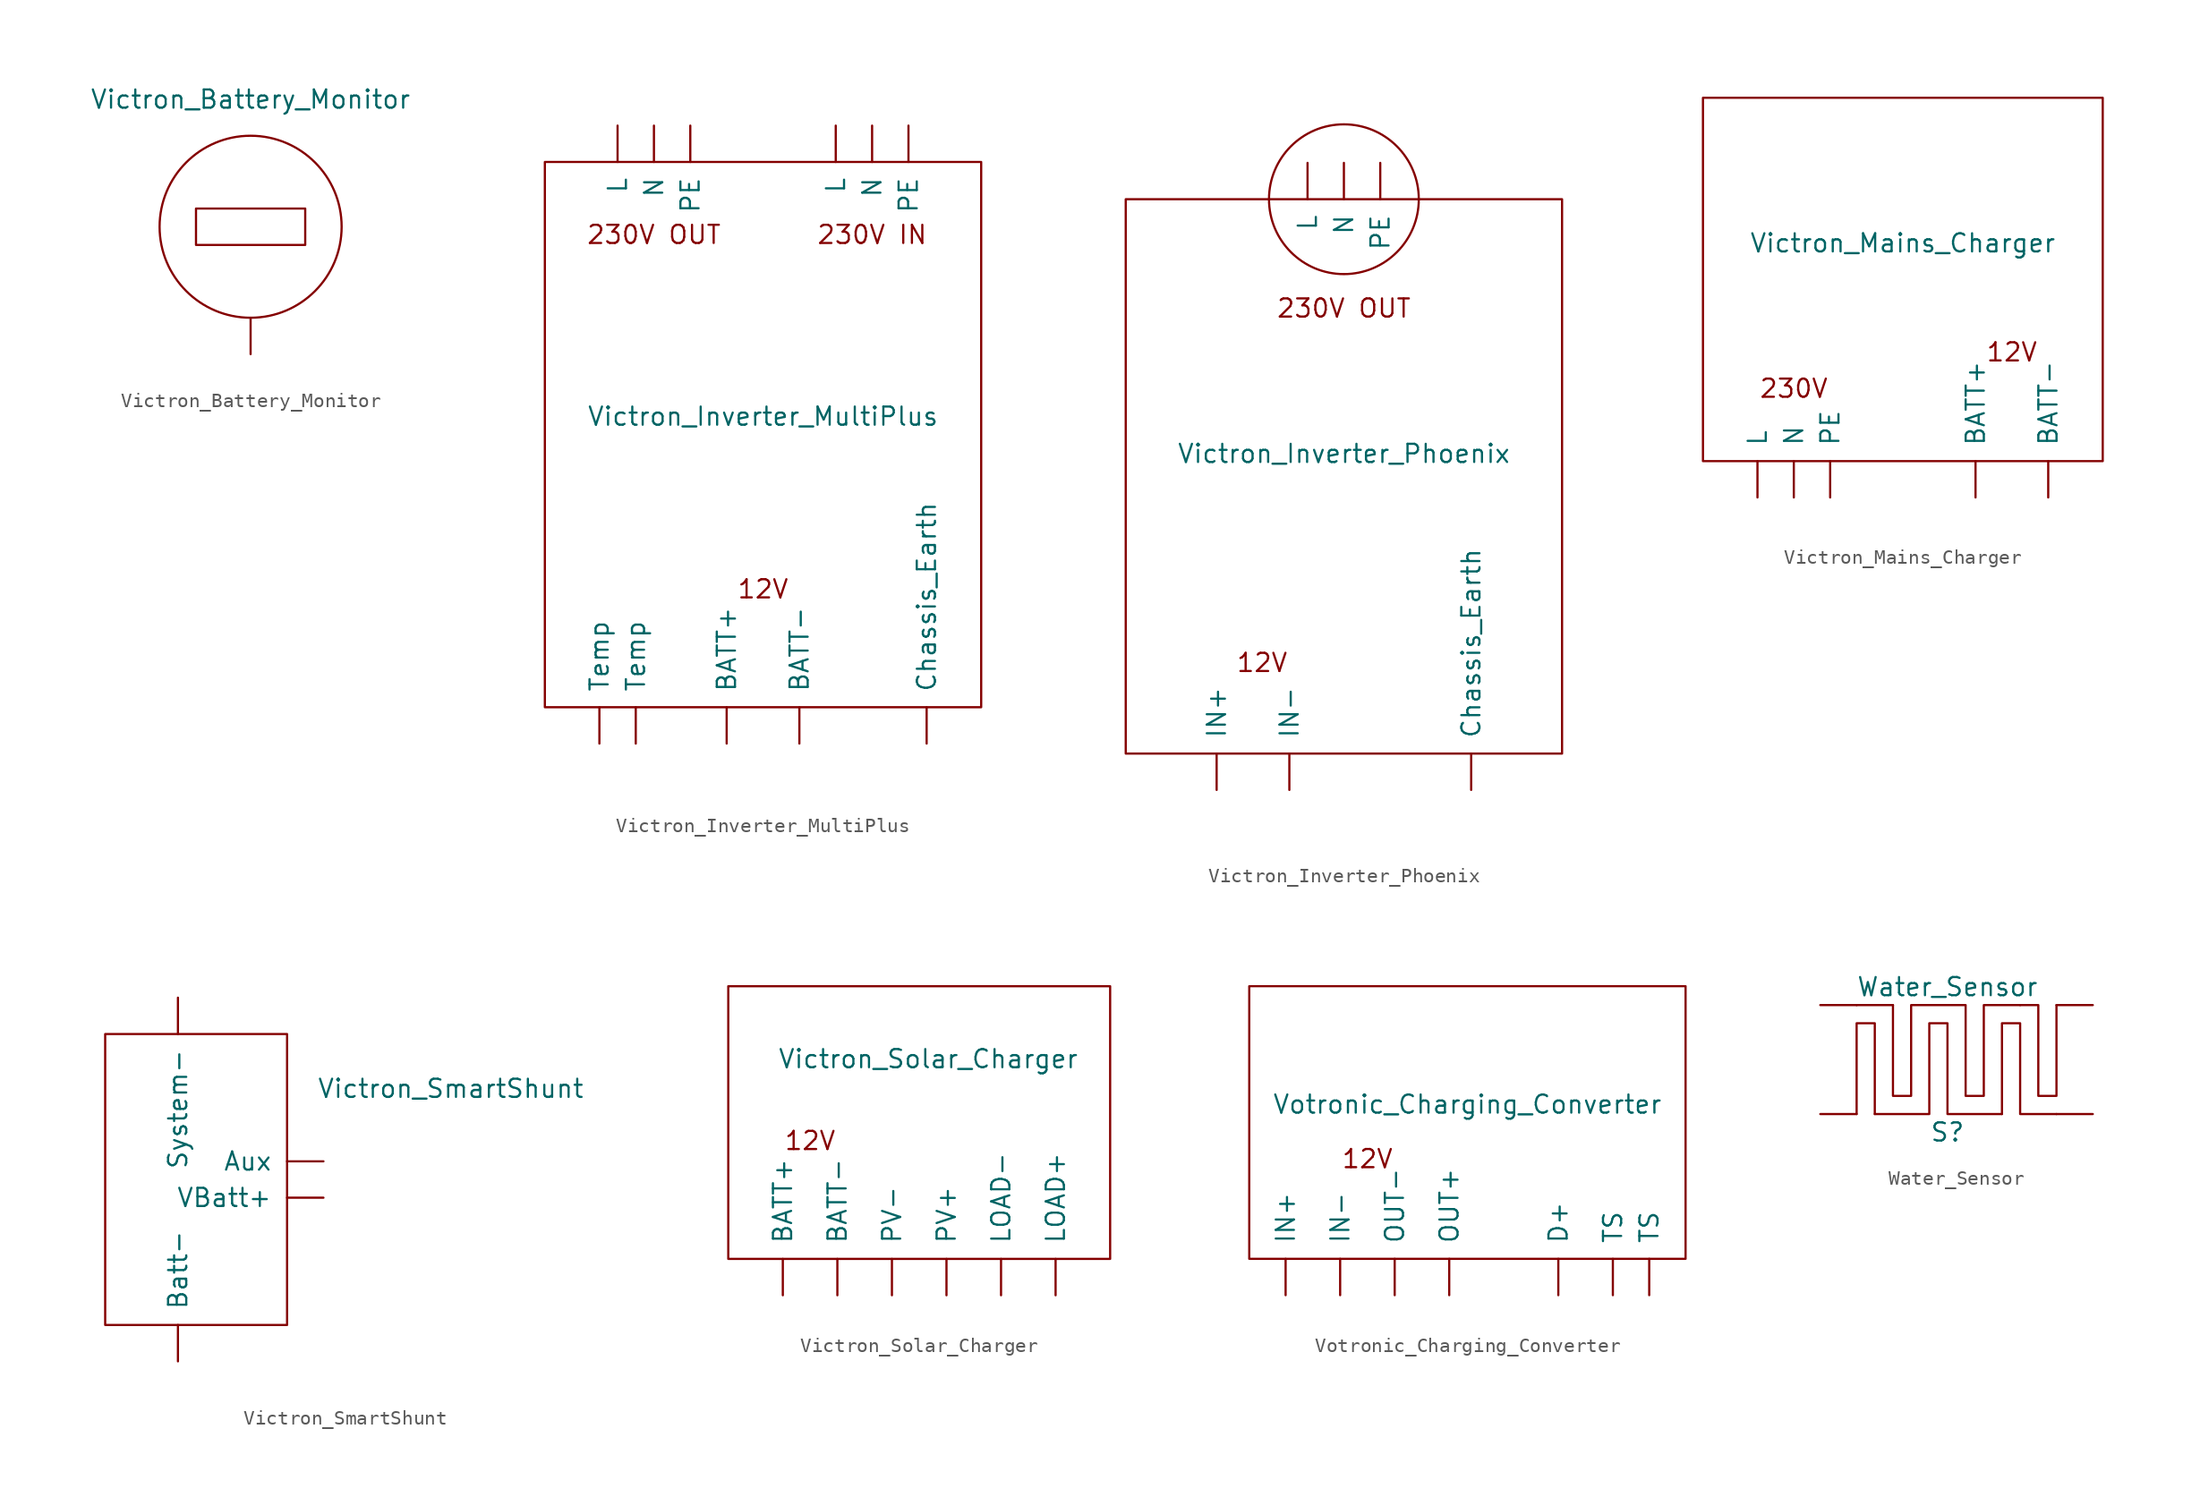
<source format=kicad_sym>
(kicad_symbol_lib
  (version 20211014)
  (generator kicad_symbol_editor)
  (symbol "Victron_Battery_Monitor"
    (pin_names
      (offset 1.016))
    (property "Reference" "U"
      (at 0 11.43 0)
      (effects (font (size 1.27 1.27)) hide))
    (property "Value" "Victron_Battery_Monitor"
      (at 0 8.89 0)
      (effects (font (size 1.27 1.27))))
    (symbol "Victron_Battery_Monitor_0_0"
      (rectangle (start -3.81 1.27) (end 3.81 -1.27) (stroke (width 0) (type default) (color 0 0 0 0)) (fill (type none)))
      (circle (center 0 0) (radius 6.35) (stroke (width 0) (type default) (color 0 0 0 0)) (fill (type none))))
    (symbol "Victron_Battery_Monitor_1_1"
      (pin input line (at 0 -8.89 90) (length 2.54) (name "~" (effects (font (size 1.27 1.27)))) (number "~" (effects (font (size 1.27 1.27)))))))
  (symbol "Victron_Inverter_MultiPlus"
    (pin_names
      (offset 1.016))
    (property "Reference" "U"
      (at 0 8.255 0)
      (effects (font (size 1.27 1.27)) hide))
    (property "Value" "Victron_Inverter_MultiPlus"
      (at 0 1.27 0)
      (effects (font (size 1.27 1.27))))
    (symbol "Victron_Inverter_MultiPlus_0_0"
      (text "12V" (at 0 -10.795 0) (effects (font (size 1.27 1.27))))
      (text "230V IN" (at 7.62 13.97 0) (effects (font (size 1.27 1.27))))
      (text "230V OUT" (at -7.62 13.97 0) (effects (font (size 1.27 1.27)))))
    (symbol "Victron_Inverter_MultiPlus_0_1"
      (rectangle (start -15.24 19.05) (end 15.24 -19.05) (stroke (width 0) (type default) (color 0 0 0 0)) (fill (type none))))
    (symbol "Victron_Inverter_MultiPlus_1_1"
      (pin input line (at -2.54 -21.59 90) (length 2.54) (name "BATT+" (effects (font (size 1.27 1.27)))) (number "~" (effects (font (size 1.27 1.27)))))
      (pin input line (at 2.54 -21.59 90) (length 2.54) (name "BATT-" (effects (font (size 1.27 1.27)))) (number "~" (effects (font (size 1.27 1.27)))))
      (pin output line (at 11.43 -21.59 90) (length 2.54) (name "Chassis_Earth" (effects (font (size 1.27 1.27)))) (number "~" (effects (font (size 1.27 1.27)))))
      (pin output line (at -10.16 21.59 270) (length 2.54) (name "L" (effects (font (size 1.27 1.27)))) (number "~" (effects (font (size 1.27 1.27)))))
      (pin input line (at 5.08 21.59 270) (length 2.54) (name "L" (effects (font (size 1.27 1.27)))) (number "~" (effects (font (size 1.27 1.27)))))
      (pin output line (at -7.62 21.59 270) (length 2.54) (name "N" (effects (font (size 1.27 1.27)))) (number "~" (effects (font (size 1.27 1.27)))))
      (pin input line (at 7.62 21.59 270) (length 2.54) (name "N" (effects (font (size 1.27 1.27)))) (number "~" (effects (font (size 1.27 1.27)))))
      (pin output line (at -5.08 21.59 270) (length 2.54) (name "PE" (effects (font (size 1.27 1.27)))) (number "~" (effects (font (size 1.27 1.27)))))
      (pin input line (at 10.16 21.59 270) (length 2.54) (name "PE" (effects (font (size 1.27 1.27)))) (number "~" (effects (font (size 1.27 1.27)))))
      (pin input line (at -11.43 -21.59 90) (length 2.54) (name "Temp" (effects (font (size 1.27 1.27)))) (number "~" (effects (font (size 1.27 1.27)))))
      (pin input line (at -8.89 -21.59 90) (length 2.54) (name "Temp" (effects (font (size 1.27 1.27)))) (number "~" (effects (font (size 1.27 1.27)))))))
  (symbol "Victron_Inverter_Phoenix"
    (pin_names
      (offset 1.016))
    (property "Reference" "U"
      (at 0 8.255 0)
      (effects (font (size 1.27 1.27)) hide))
    (property "Value" "Victron_Inverter_Phoenix"
      (at 0 1.27 0)
      (effects (font (size 1.27 1.27))))
    (symbol "Victron_Inverter_Phoenix_0_0"
      (text "12V" (at -5.715 -13.335 0) (effects (font (size 1.27 1.27))))
      (text "230V OUT" (at 0 11.43 0) (effects (font (size 1.27 1.27)))))
    (symbol "Victron_Inverter_Phoenix_0_1"
      (rectangle (start -15.24 19.05) (end 15.24 -19.685) (stroke (width 0) (type default) (color 0 0 0 0)) (fill (type none)))
      (circle (center 0 19.05) (radius 5.232) (stroke (width 0) (type default) (color 0 0 0 0)) (fill (type none))))
    (symbol "Victron_Inverter_Phoenix_1_1"
      (pin output line (at 8.89 -22.225 90) (length 2.54) (name "Chassis_Earth" (effects (font (size 1.27 1.27)))) (number "~" (effects (font (size 1.27 1.27)))))
      (pin input line (at -8.89 -22.225 90) (length 2.54) (name "IN+" (effects (font (size 1.27 1.27)))) (number "~" (effects (font (size 1.27 1.27)))))
      (pin input line (at -3.81 -22.225 90) (length 2.54) (name "IN-" (effects (font (size 1.27 1.27)))) (number "~" (effects (font (size 1.27 1.27)))))
      (pin output line (at -2.54 21.59 270) (length 2.54) (name "L" (effects (font (size 1.27 1.27)))) (number "~" (effects (font (size 1.27 1.27)))))
      (pin output line (at 0 21.59 270) (length 2.54) (name "N" (effects (font (size 1.27 1.27)))) (number "~" (effects (font (size 1.27 1.27)))))
      (pin output line (at 2.54 21.59 270) (length 2.54) (name "PE" (effects (font (size 1.27 1.27)))) (number "~" (effects (font (size 1.27 1.27)))))))
  (symbol "Victron_Mains_Charger"
    (pin_names
      (offset 1.016))
    (property "Reference" "U"
      (at 0 7.62 0)
      (effects (font (size 1.27 1.27)) hide))
    (property "Value" "Victron_Mains_Charger"
      (at 0 2.54 0)
      (effects (font (size 1.27 1.27))))
    (symbol "Victron_Mains_Charger_0_0"
      (text "12V" (at 7.62 -5.08 0) (effects (font (size 1.27 1.27))))
      (text "230V" (at -7.62 -7.62 0) (effects (font (size 1.27 1.27)))))
    (symbol "Victron_Mains_Charger_0_1"
      (rectangle (start -13.97 12.7) (end 13.97 -12.7) (stroke (width 0) (type default) (color 0 0 0 0)) (fill (type none))))
    (symbol "Victron_Mains_Charger_1_1"
      (pin output line (at 5.08 -15.24 90) (length 2.54) (name "BATT+" (effects (font (size 1.27 1.27)))) (number "~" (effects (font (size 1.27 1.27)))))
      (pin output line (at 10.16 -15.24 90) (length 2.54) (name "BATT-" (effects (font (size 1.27 1.27)))) (number "~" (effects (font (size 1.27 1.27)))))
      (pin input line (at -10.16 -15.24 90) (length 2.54) (name "L" (effects (font (size 1.27 1.27)))) (number "~" (effects (font (size 1.27 1.27)))))
      (pin input line (at -7.62 -15.24 90) (length 2.54) (name "N" (effects (font (size 1.27 1.27)))) (number "~" (effects (font (size 1.27 1.27)))))
      (pin input line (at -5.08 -15.24 90) (length 2.54) (name "PE" (effects (font (size 1.27 1.27)))) (number "~" (effects (font (size 1.27 1.27)))))))
  (symbol "Victron_SmartShunt"
    (pin_names
      (offset 1.016))
    (property "Reference" "U"
      (at 0 0 0)
      (effects (font (size 1.27 1.27)) hide))
    (property "Value" "Victron_SmartShunt"
      (at 21.59 6.35 0)
      (effects (font (size 1.27 1.27))))
    (symbol "Victron_SmartShunt_0_1"
      (rectangle (start -2.54 10.16) (end 10.16 -10.16) (stroke (width 0) (type default) (color 0 0 0 0)) (fill (type none))))
    (symbol "Victron_SmartShunt_1_1"
      (pin input line (at 12.7 1.27 180) (length 2.54) (name "Aux" (effects (font (size 1.27 1.27)))) (number "~" (effects (font (size 1.27 1.27)))))
      (pin input line (at 2.54 -12.7 90) (length 2.54) (name "Batt-" (effects (font (size 1.27 1.27)))) (number "~" (effects (font (size 1.27 1.27)))))
      (pin input line (at 2.54 12.7 270) (length 2.54) (name "System-" (effects (font (size 1.27 1.27)))) (number "~" (effects (font (size 1.27 1.27)))))
      (pin input line (at 12.7 -1.27 180) (length 2.54) (name "VBatt+" (effects (font (size 1.27 1.27)))) (number "~" (effects (font (size 1.27 1.27)))))))
  (symbol "Victron_Solar_Charger"
    (pin_names
      (offset 1.016))
    (property "Reference" "U"
      (at 0 7.62 0)
      (effects (font (size 1.27 1.27)) hide))
    (property "Value" "Victron_Solar_Charger"
      (at 0 5.08 0)
      (effects (font (size 1.27 1.27))))
    (symbol "Victron_Solar_Charger_0_0"
      (text "12V" (at -8.255 -0.635 0) (effects (font (size 1.27 1.27)))))
    (symbol "Victron_Solar_Charger_0_1"
      (rectangle (start -13.97 10.16) (end 12.7 -8.89) (stroke (width 0) (type default) (color 0 0 0 0)) (fill (type none))))
    (symbol "Victron_Solar_Charger_1_1"
      (pin output line (at -10.16 -11.43 90) (length 2.54) (name "BATT+" (effects (font (size 1.27 1.27)))) (number "~" (effects (font (size 1.27 1.27)))))
      (pin output line (at -6.35 -11.43 90) (length 2.54) (name "BATT-" (effects (font (size 1.27 1.27)))) (number "~" (effects (font (size 1.27 1.27)))))
      (pin output line (at 8.89 -11.43 90) (length 2.54) (name "LOAD+" (effects (font (size 1.27 1.27)))) (number "~" (effects (font (size 1.27 1.27)))))
      (pin output line (at 5.08 -11.43 90) (length 2.54) (name "LOAD-" (effects (font (size 1.27 1.27)))) (number "~" (effects (font (size 1.27 1.27)))))
      (pin input line (at 1.27 -11.43 90) (length 2.54) (name "PV+" (effects (font (size 1.27 1.27)))) (number "~" (effects (font (size 1.27 1.27)))))
      (pin input line (at -2.54 -11.43 90) (length 2.54) (name "PV-" (effects (font (size 1.27 1.27)))) (number "~" (effects (font (size 1.27 1.27)))))))
  (symbol "Votronic_Charging_Converter"
    (pin_names
      (offset 1.016))
    (property "Reference" "U"
      (at 0 4.445 0)
      (effects (font (size 1.27 1.27)) hide))
    (property "Value" "Votronic_Charging_Converter"
      (at 0 1.905 0)
      (effects (font (size 1.27 1.27))))
    (symbol "Votronic_Charging_Converter_0_0"
      (text "12V" (at -6.985 -1.905 0) (effects (font (size 1.27 1.27)))))
    (symbol "Votronic_Charging_Converter_0_1"
      (rectangle (start -15.24 10.16) (end 15.24 -8.89) (stroke (width 0) (type default) (color 0 0 0 0)) (fill (type none))))
    (symbol "Votronic_Charging_Converter_1_1"
      (pin input line (at 6.35 -11.43 90) (length 2.54) (name "D+" (effects (font (size 1.27 1.27)))) (number "~" (effects (font (size 1.27 1.27)))))
      (pin input line (at -12.7 -11.43 90) (length 2.54) (name "IN+" (effects (font (size 1.27 1.27)))) (number "~" (effects (font (size 1.27 1.27)))))
      (pin input line (at -8.89 -11.43 90) (length 2.54) (name "IN-" (effects (font (size 1.27 1.27)))) (number "~" (effects (font (size 1.27 1.27)))))
      (pin output line (at -1.27 -11.43 90) (length 2.54) (name "OUT+" (effects (font (size 1.27 1.27)))) (number "~" (effects (font (size 1.27 1.27)))))
      (pin output line (at -5.08 -11.43 90) (length 2.54) (name "OUT-" (effects (font (size 1.27 1.27)))) (number "~" (effects (font (size 1.27 1.27)))))
      (pin input line (at 10.16 -11.43 90) (length 2.54) (name "TS" (effects (font (size 1.27 1.27)))) (number "~" (effects (font (size 1.27 1.27)))))
      (pin input line (at 12.7 -11.43 90) (length 2.54) (name "TS" (effects (font (size 1.27 1.27)))) (number "~" (effects (font (size 1.27 1.27)))))))
  (symbol "Water_Sensor"
    (pin_numbers hide)
    (pin_names
      (offset 0) hide)
    (property "Reference" "S"
      (at 0 -5.08 0)
      (effects (font (size 1.27 1.27))))
    (property "Value" "Water_Sensor"
      (at 0 5.08 0)
      (effects (font (size 1.27 1.27))))
    (symbol "Water_Sensor_0_1"
      (polyline (pts (xy -3.81 3.81) (xy -6.35 3.81)) (stroke (width 0) (type default) (color 0 0 0 0)) (fill (type none)))
      (polyline (pts (xy -5.08 -3.81) (xy -5.08 2.54) (xy -6.35 2.54) (xy -6.35 -3.81)) (stroke (width 0) (type default) (color 0 0 0 0)) (fill (type none)))
      (polyline (pts (xy 7.62 -3.81) (xy 5.08 -3.81) (xy 5.08 2.54) (xy 3.81 2.54) (xy 3.81 -3.81)) (stroke (width 0) (type default) (color 0 0 0 0)) (fill (type none)))
      (polyline (pts (xy 7.62 3.81) (xy 7.62 -2.54) (xy 6.35 -2.54) (xy 6.35 3.81) (xy 5.08 3.81)) (stroke (width 0) (type default) (color 0 0 0 0)) (fill (type none)))
      (polyline (pts (xy 3.81 -3.81) (xy 0 -3.81) (xy 0 2.54) (xy -1.27 2.54) (xy -1.27 -3.81) (xy -5.08 -3.81)) (stroke (width 0) (type default) (color 0 0 0 0)) (fill (type none)))
      (polyline (pts (xy 5.08 3.81) (xy 2.54 3.81) (xy 2.54 -2.54) (xy 1.27 -2.54) (xy 1.27 3.81) (xy -2.54 3.81) (xy -2.54 -2.54) (xy -3.81 -2.54) (xy -3.81 3.81)) (stroke (width 0) (type default) (color 0 0 0 0)) (fill (type none))))
    (symbol "Water_Sensor_1_1"
      (pin bidirectional line (at -8.89 -3.81 0) (length 2.54) (name "~" (effects (font (size 1.27 1.27)))) (number "~" (effects (font (size 1.27 1.27)))))
      (pin bidirectional line (at -8.89 3.81 0) (length 2.54) (name "~" (effects (font (size 1.27 1.27)))) (number "~" (effects (font (size 1.27 1.27)))))
      (pin bidirectional line (at 10.16 -3.81 180) (length 2.54) (name "~" (effects (font (size 1.27 1.27)))) (number "~" (effects (font (size 1.27 1.27)))))
      (pin bidirectional line (at 10.16 3.81 180) (length 2.54) (name "~" (effects (font (size 1.27 1.27)))) (number "~" (effects (font (size 1.27 1.27))))))))
</source>
